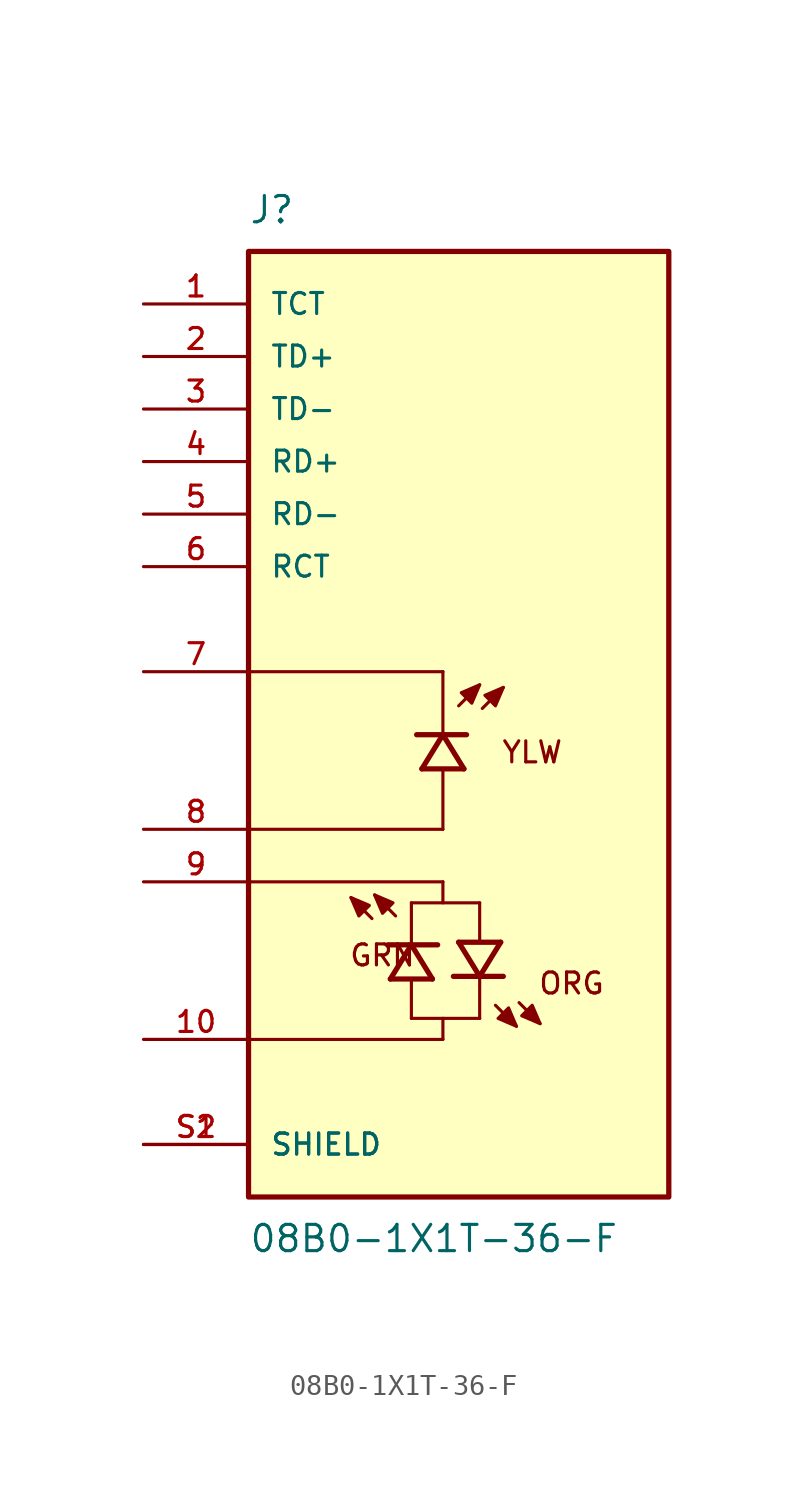
<source format=kicad_sym>
(kicad_symbol_lib
  (version 20211014)
  (generator kicad_symbol_editor)
  (symbol "08B0-1X1T-36-F"
    (pin_names
      (offset 1.016))
    (property "Reference" "J"
      (at -10.16 24.13 0)
      (effects (font (size 1.27 1.27)) (justify bottom left)))
    (property "Value" "08B0-1X1T-36-F"
      (at -10.16 -24.13 0)
      (effects (font (size 1.27 1.27)) (justify top left)))
    (symbol "08B0-1X1T-36-F_0_0"
      (polyline (pts (xy 0.0 0.889) (xy 1.016 1.905)) (stroke (width 0.152)))
      (polyline (pts (xy 1.143 0.762) (xy 2.159 1.778)) (stroke (width 0.152)))
      (polyline (pts (xy 1.016 1.905) (xy 0.127 1.524) (xy 0.635 1.016) (xy 1.016 1.905)) (stroke (width 0.152)) (fill (type outline)))
      (polyline (pts (xy 2.159 1.778) (xy 1.27 1.397) (xy 1.778 0.889) (xy 2.159 1.778)) (stroke (width 0.152)) (fill (type outline)))
      (polyline (pts (xy 0.254 -2.159) (xy -0.762 -0.508)) (stroke (width 0.254)))
      (polyline (pts (xy -0.762 -0.508) (xy -1.778 -2.159)) (stroke (width 0.254)))
      (polyline (pts (xy 0.381 -0.508) (xy -0.762 -0.508)) (stroke (width 0.254)))
      (polyline (pts (xy -0.762 -0.508) (xy -2.032 -0.508)) (stroke (width 0.254)))
      (polyline (pts (xy 0.254 -2.159) (xy -1.778 -2.159)) (stroke (width 0.254)))
      (polyline (pts (xy -0.762 -5.08) (xy -0.762 -2.286)) (stroke (width 0.152)))
      (polyline (pts (xy -0.762 -0.381) (xy -0.762 2.54)) (stroke (width 0.152)))
      (polyline (pts (xy -0.762 2.54) (xy -10.16 2.54)) (stroke (width 0.152)))
      (polyline (pts (xy -0.762 -5.08) (xy -10.16 -5.08)) (stroke (width 0.152)))
      (text "YLW" (at 2.032 -0.762 0) (effects (font (size 1.016 1.016)) (justify top left)))
      (polyline (pts (xy -0.762 -7.62) (xy -10.16 -7.62)) (stroke (width 0.152)))
      (polyline (pts (xy -0.762 -15.24) (xy -10.16 -15.24)) (stroke (width 0.152)))
      (polyline (pts (xy -3.048 -9.271) (xy -4.064 -8.255)) (stroke (width 0.152)))
      (polyline (pts (xy -4.191 -9.398) (xy -5.207 -8.382)) (stroke (width 0.152)))
      (polyline (pts (xy -4.064 -8.255) (xy -3.175 -8.636) (xy -3.683 -9.144) (xy -4.064 -8.255)) (stroke (width 0.152)) (fill (type outline)))
      (polyline (pts (xy -5.207 -8.382) (xy -4.318 -8.763) (xy -4.826 -9.271) (xy -5.207 -8.382)) (stroke (width 0.152)) (fill (type outline)))
      (text "GRN" (at -5.334 -11.176 0) (effects (font (size 1.016 1.016)) (justify left)))
      (polyline (pts (xy -3.302 -12.319) (xy -2.286 -10.668)) (stroke (width 0.254)))
      (polyline (pts (xy -2.286 -10.668) (xy -1.27 -12.319)) (stroke (width 0.254)))
      (polyline (pts (xy -3.429 -10.668) (xy -2.286 -10.668)) (stroke (width 0.254)))
      (polyline (pts (xy -2.286 -10.668) (xy -1.016 -10.668)) (stroke (width 0.254)))
      (polyline (pts (xy -3.302 -12.319) (xy -1.27 -12.319)) (stroke (width 0.254)))
      (polyline (pts (xy -2.286 -14.224) (xy -2.286 -12.446)) (stroke (width 0.152)))
      (polyline (pts (xy -2.286 -10.541) (xy -2.286 -8.636)) (stroke (width 0.152)))
      (polyline (pts (xy 1.778 -13.589) (xy 2.794 -14.605)) (stroke (width 0.152)))
      (polyline (pts (xy 2.921 -13.462) (xy 3.937 -14.478)) (stroke (width 0.152)))
      (polyline (pts (xy 2.794 -14.605) (xy 1.905 -14.224) (xy 2.413 -13.716) (xy 2.794 -14.605)) (stroke (width 0.152)) (fill (type outline)))
      (polyline (pts (xy 3.937 -14.478) (xy 3.048 -14.097) (xy 3.556 -13.589) (xy 3.937 -14.478)) (stroke (width 0.152)) (fill (type outline)))
      (polyline (pts (xy 2.032 -10.541) (xy 1.016 -12.192)) (stroke (width 0.254)))
      (polyline (pts (xy 1.016 -12.192) (xy 0.0 -10.541)) (stroke (width 0.254)))
      (polyline (pts (xy 2.159 -12.192) (xy 1.016 -12.192)) (stroke (width 0.254)))
      (polyline (pts (xy 1.016 -12.192) (xy -0.254 -12.192)) (stroke (width 0.254)))
      (polyline (pts (xy 2.032 -10.541) (xy 0.0 -10.541)) (stroke (width 0.254)))
      (polyline (pts (xy 1.016 -8.636) (xy 1.016 -10.414)) (stroke (width 0.152)))
      (polyline (pts (xy 1.016 -12.319) (xy 1.016 -14.224)) (stroke (width 0.152)))
      (text "ORG" (at 3.81 -11.938 0) (effects (font (size 1.016 1.016)) (justify top left)))
      (polyline (pts (xy 1.016 -8.636) (xy -2.286 -8.636)) (stroke (width 0.152)))
      (polyline (pts (xy 1.016 -14.224) (xy -0.762 -14.224)) (stroke (width 0.152)))
      (polyline (pts (xy -0.762 -14.224) (xy -2.286 -14.224)) (stroke (width 0.152)))
      (polyline (pts (xy -0.762 -14.224) (xy -0.762 -15.24)) (stroke (width 0.152)))
      (polyline (pts (xy -0.762 -8.636) (xy -0.762 -7.62)) (stroke (width 0.152)))
      (rectangle (start -10.16 -22.86) (end 10.16 22.86) (stroke (width 0.254)) (fill (type background)))
      (pin passive line (at -15.24 20.32 0) (length 5.08) (name "TCT" (effects (font (size 1.016 1.016)))) (number "1" (effects (font (size 1.016 1.016)))))
      (pin passive line (at -15.24 17.78 0) (length 5.08) (name "TD+" (effects (font (size 1.016 1.016)))) (number "2" (effects (font (size 1.016 1.016)))))
      (pin passive line (at -15.24 15.24 0) (length 5.08) (name "TD-" (effects (font (size 1.016 1.016)))) (number "3" (effects (font (size 1.016 1.016)))))
      (pin passive line (at -15.24 12.7 0) (length 5.08) (name "RD+" (effects (font (size 1.016 1.016)))) (number "4" (effects (font (size 1.016 1.016)))))
      (pin passive line (at -15.24 10.16 0) (length 5.08) (name "RD-" (effects (font (size 1.016 1.016)))) (number "5" (effects (font (size 1.016 1.016)))))
      (pin passive line (at -15.24 7.62 0) (length 5.08) (name "RCT" (effects (font (size 1.016 1.016)))) (number "6" (effects (font (size 1.016 1.016)))))
      (pin passive line (at -15.24 -20.32 0) (length 5.08) (name "SHIELD" (effects (font (size 1.016 1.016)))) (number "S1" (effects (font (size 1.016 1.016)))))
      (pin passive line (at -15.24 -20.32 0) (length 5.08) (name "SHIELD" (effects (font (size 1.016 1.016)))) (number "S2" (effects (font (size 1.016 1.016)))))
      (pin passive line (at -15.24 2.54 0) (length 5.08) (name "~" (effects (font (size 1.016 1.016)))) (number "7" (effects (font (size 1.016 1.016)))))
      (pin passive line (at -15.24 -5.08 0) (length 5.08) (name "~" (effects (font (size 1.016 1.016)))) (number "8" (effects (font (size 1.016 1.016)))))
      (pin passive line (at -15.24 -7.62 0) (length 5.08) (name "~" (effects (font (size 1.016 1.016)))) (number "9" (effects (font (size 1.016 1.016)))))
      (pin passive line (at -15.24 -15.24 0) (length 5.08) (name "~" (effects (font (size 1.016 1.016)))) (number "10" (effects (font (size 1.016 1.016))))))))
</source>
